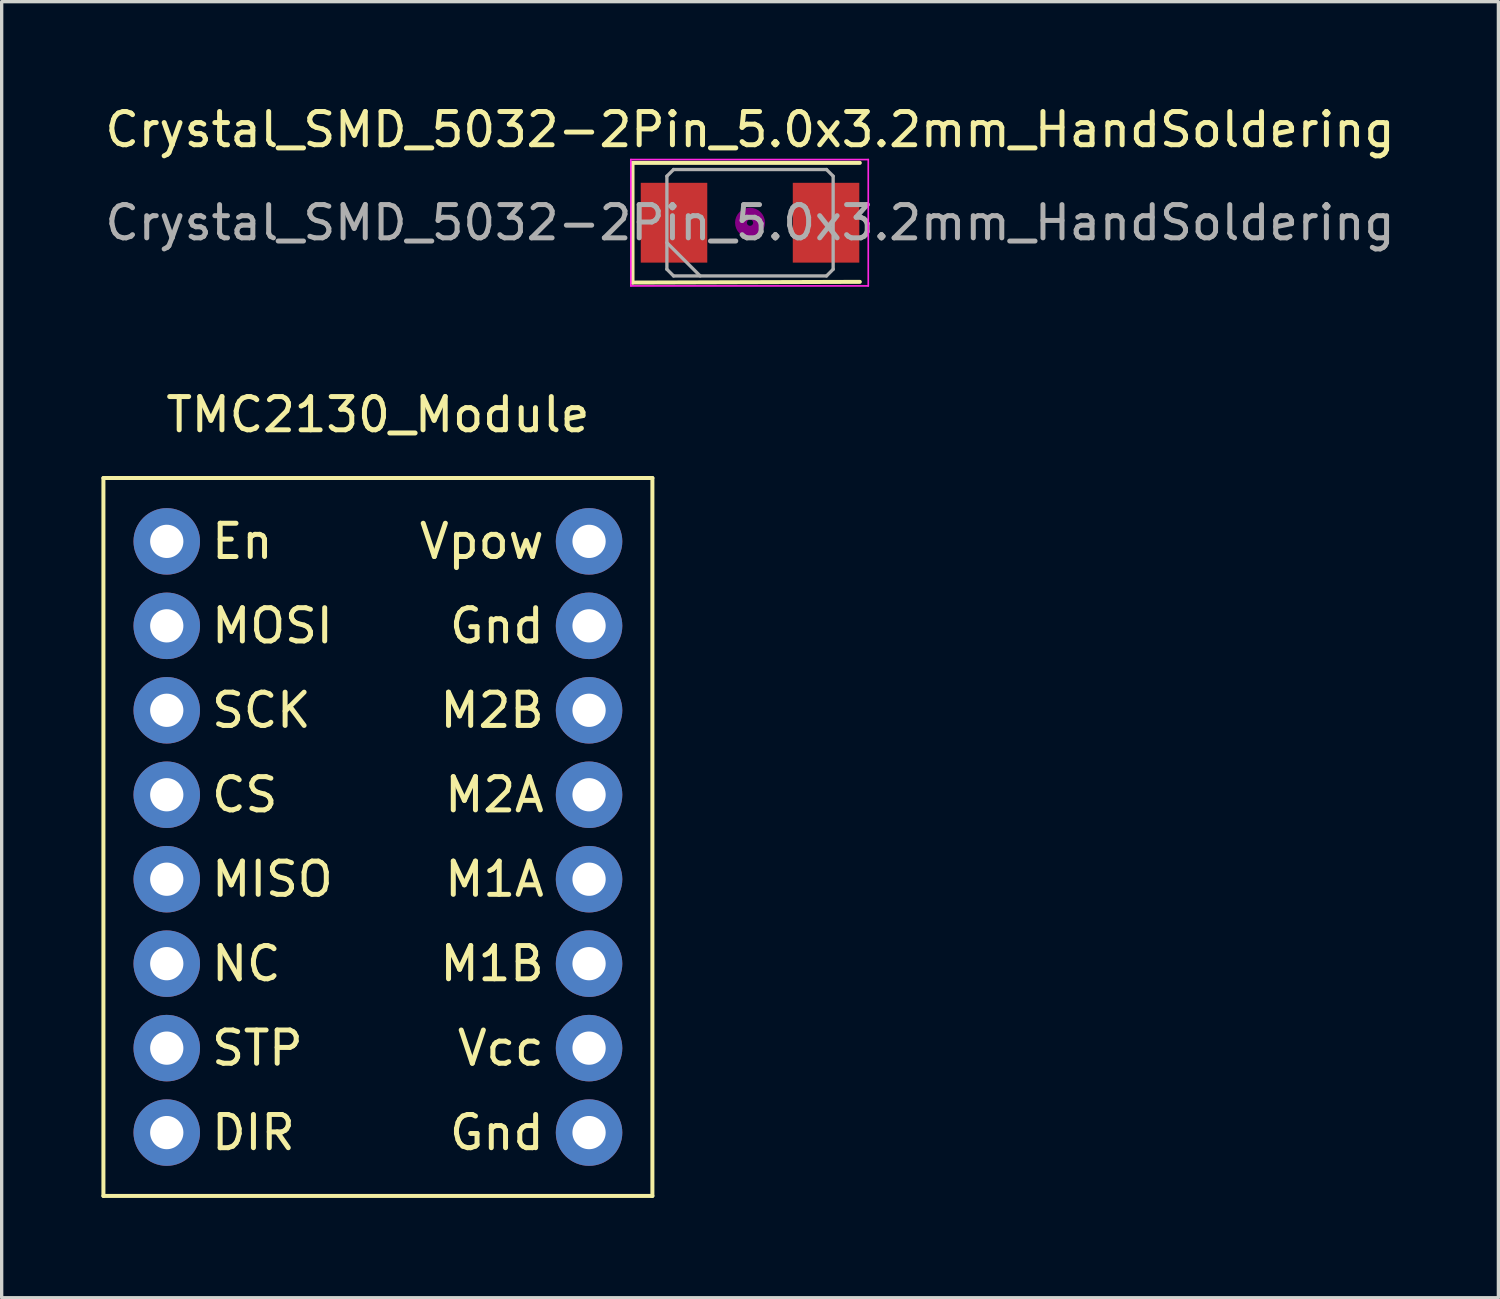
<source format=kicad_pcb>
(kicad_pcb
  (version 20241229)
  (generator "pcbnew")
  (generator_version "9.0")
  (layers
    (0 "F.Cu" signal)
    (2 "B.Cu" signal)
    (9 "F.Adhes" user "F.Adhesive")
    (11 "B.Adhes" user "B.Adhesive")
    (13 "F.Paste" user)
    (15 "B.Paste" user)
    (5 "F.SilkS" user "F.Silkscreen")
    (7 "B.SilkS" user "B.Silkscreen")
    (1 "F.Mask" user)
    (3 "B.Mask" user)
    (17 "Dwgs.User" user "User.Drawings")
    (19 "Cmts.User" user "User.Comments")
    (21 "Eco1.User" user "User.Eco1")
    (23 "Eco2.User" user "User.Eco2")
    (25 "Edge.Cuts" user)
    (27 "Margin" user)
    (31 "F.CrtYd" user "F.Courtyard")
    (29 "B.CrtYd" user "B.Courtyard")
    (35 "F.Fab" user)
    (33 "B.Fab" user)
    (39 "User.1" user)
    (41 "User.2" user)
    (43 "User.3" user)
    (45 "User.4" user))
  (footprint "TMC2130_Module"
    (layer "F.Cu")
    (at 8.315 10.691)
    (property "Reference" "TMC2130_Module" (at 0 -1.27 0) (layer "F.SilkS") (effects (font (size 1 1) (thickness 0.15))))
    (attr through_hole)
    (fp_line (start -8.255 0.635) (end 8.255 0.635) (stroke (width 0.12) (type solid)) (layer "F.SilkS"))
    (fp_line (start -8.255 22.225) (end -8.255 0.635) (stroke (width 0.12) (type solid)) (layer "F.SilkS"))
    (fp_line (start 8.255 0.635) (end 8.255 22.225) (stroke (width 0.12) (type solid)) (layer "F.SilkS"))
    (fp_line (start 8.255 22.225) (end -8.255 22.225) (stroke (width 0.12) (type solid)) (layer "F.SilkS"))
    (fp_text user "CS" (at -5.08 10.16 0) (layer "F.SilkS") (effects (font (size 1 1) (thickness 0.15)) (justify left)))
    (fp_text user "Gnd" (at 5.08 5.08 0) (layer "F.SilkS") (effects (font (size 1 1) (thickness 0.15)) (justify right)))
    (fp_text user "M2B" (at 5.08 7.62 0) (layer "F.SilkS") (effects (font (size 1 1) (thickness 0.15)) (justify right)))
    (fp_text user "M1A" (at 5.08 12.7 0) (layer "F.SilkS") (effects (font (size 1 1) (thickness 0.15)) (justify right)))
    (fp_text user "En" (at -5.08 2.54 0) (layer "F.SilkS") (effects (font (size 1 1) (thickness 0.15)) (justify left)))
    (fp_text user "NC" (at -5.08 15.24 0) (layer "F.SilkS") (effects (font (size 1 1) (thickness 0.15)) (justify left)))
    (fp_text user "MOSI" (at -5.08 5.08 0) (layer "F.SilkS") (effects (font (size 1 1) (thickness 0.15)) (justify left)))
    (fp_text user "SCK" (at -5.08 7.62 0) (layer "F.SilkS") (effects (font (size 1 1) (thickness 0.15)) (justify left)))
    (fp_text user "MISO" (at -5.08 12.7 0) (layer "F.SilkS") (effects (font (size 1 1) (thickness 0.15)) (justify left)))
    (fp_text user "M2A" (at 5.08 10.16 0) (layer "F.SilkS") (effects (font (size 1 1) (thickness 0.15)) (justify right)))
    (fp_text user "Vcc" (at 5.08 17.78 0) (layer "F.SilkS") (effects (font (size 1 1) (thickness 0.15)) (justify right)))
    (fp_text user "Gnd" (at 5.08 20.32 0) (layer "F.SilkS") (effects (font (size 1 1) (thickness 0.15)) (justify right)))
    (fp_text user "DIR" (at -5.08 20.32 0) (layer "F.SilkS") (effects (font (size 1 1) (thickness 0.15)) (justify left)))
    (fp_text user "STP" (at -5.08 17.78 0) (layer "F.SilkS") (effects (font (size 1 1) (thickness 0.15)) (justify left)))
    (fp_text user "Vpow" (at 5.08 2.54 0) (layer "F.SilkS") (effects (font (size 1 1) (thickness 0.15)) (justify right)))
    (fp_text user "M1B" (at 5.08 15.24 0) (layer "F.SilkS") (effects (font (size 1 1) (thickness 0.15)) (justify right)))
    (pad "1" thru_hole circle (at -6.35 2.54) (size 2 2) (drill 1) (layers "*.Cu" "*.Mask"))
    (pad "2" thru_hole circle (at -6.35 5.08) (size 2 2) (drill 1) (layers "*.Cu" "*.Mask"))
    (pad "3" thru_hole circle (at -6.35 7.62) (size 2 2) (drill 1) (layers "*.Cu" "*.Mask"))
    (pad "4" thru_hole circle (at -6.35 10.16) (size 2 2) (drill 1) (layers "*.Cu" "*.Mask"))
    (pad "5" thru_hole circle (at -6.35 12.7) (size 2 2) (drill 1) (layers "*.Cu" "*.Mask"))
    (pad "6" thru_hole circle (at -6.35 15.24) (size 2 2) (drill 1) (layers "*.Cu" "*.Mask"))
    (pad "7" thru_hole circle (at -6.35 17.78) (size 2 2) (drill 1) (layers "*.Cu" "*.Mask"))
    (pad "8" thru_hole circle (at -6.35 20.32) (size 2 2) (drill 1) (layers "*.Cu" "*.Mask"))
    (pad "9" thru_hole circle (at 6.35 20.32) (size 2 2) (drill 1) (layers "*.Cu" "*.Mask"))
    (pad "10" thru_hole circle (at 6.35 17.78) (size 2 2) (drill 1) (layers "*.Cu" "*.Mask"))
    (pad "11" thru_hole circle (at 6.35 15.24) (size 2 2) (drill 1) (layers "*.Cu" "*.Mask"))
    (pad "12" thru_hole circle (at 6.35 12.7) (size 2 2) (drill 1) (layers "*.Cu" "*.Mask"))
    (pad "13" thru_hole circle (at 6.35 10.16) (size 2 2) (drill 1) (layers "*.Cu" "*.Mask"))
    (pad "14" thru_hole circle (at 6.35 7.62) (size 2 2) (drill 1) (layers "*.Cu" "*.Mask"))
    (pad "15" thru_hole circle (at 6.35 5.08) (size 2 2) (drill 1) (layers "*.Cu" "*.Mask"))
    (pad "16" thru_hole circle (at 6.35 2.54) (size 2 2) (drill 1) (layers "*.Cu" "*.Mask")))
  (footprint "Crystal_SMD_5032-2Pin_5.0x3.2mm_HandSoldering"
    (layer "F.Cu")
    (at 19.506 3.648)
    (property "Reference" "Crystal_SMD_5032-2Pin_5.0x3.2mm_HandSoldering" (at 0 -2.8 0) (layer "F.SilkS") (effects (font (size 1 1) (thickness 0.15))))
    (attr smd)
    (fp_line (start -3.534 -1.8) (end -3.534 1.8) (stroke (width 0.12) (type solid)) (layer "F.SilkS"))
    (fp_line (start -3.534 1.8) (end 3.302 1.778) (stroke (width 0.12) (type solid)) (layer "F.SilkS"))
    (fp_line (start 3.302 -1.8) (end -3.534 -1.8) (stroke (width 0.12) (type solid)) (layer "F.SilkS"))
    (fp_circle (center 0 0) (end 0.093 0) (stroke (width 0.187) (type solid)) (fill no) (layer "F.Adhes"))
    (fp_circle (center 0 0) (end 0.213 0) (stroke (width 0.133) (type solid)) (fill no) (layer "F.Adhes"))
    (fp_circle (center 0 0) (end 0.333 0) (stroke (width 0.133) (type solid)) (fill no) (layer "F.Adhes"))
    (fp_circle (center 0 0) (end 0.4 0) (stroke (width 0.1) (type solid)) (fill no) (layer "F.Adhes"))
    (fp_line (start -3.584 -1.9) (end -3.584 1.9) (stroke (width 0.05) (type solid)) (layer "F.CrtYd"))
    (fp_line (start -3.584 1.9) (end 3.556 1.9) (stroke (width 0.05) (type solid)) (layer "F.CrtYd"))
    (fp_line (start 3.556 -1.9) (end -3.584 -1.9) (stroke (width 0.05) (type solid)) (layer "F.CrtYd"))
    (fp_line (start 3.556 1.9) (end 3.556 -1.9) (stroke (width 0.05) (type solid)) (layer "F.CrtYd"))
    (fp_line (start -2.5 -1.4) (end -2.3 -1.6) (stroke (width 0.1) (type solid)) (layer "F.Fab"))
    (fp_line (start -2.5 0.6) (end -1.5 1.6) (stroke (width 0.1) (type solid)) (layer "F.Fab"))
    (fp_line (start -2.5 1.4) (end -2.5 -1.4) (stroke (width 0.1) (type solid)) (layer "F.Fab"))
    (fp_line (start -2.3 -1.6) (end 2.3 -1.6) (stroke (width 0.1) (type solid)) (layer "F.Fab"))
    (fp_line (start -2.3 1.6) (end -2.5 1.4) (stroke (width 0.1) (type solid)) (layer "F.Fab"))
    (fp_line (start 2.3 -1.6) (end 2.5 -1.4) (stroke (width 0.1) (type solid)) (layer "F.Fab"))
    (fp_line (start 2.3 1.6) (end -2.3 1.6) (stroke (width 0.1) (type solid)) (layer "F.Fab"))
    (fp_line (start 2.5 -1.4) (end 2.5 1.4) (stroke (width 0.1) (type solid)) (layer "F.Fab"))
    (fp_line (start 2.5 1.4) (end 2.3 1.6) (stroke (width 0.1) (type solid)) (layer "F.Fab"))
    (fp_text user "${REFERENCE}" (at 0 0 0) (layer "F.Fab") (effects (font (size 1 1) (thickness 0.15))))
    (pad "1" smd rect (at -2.286 0) (size 2 2.4) (layers "F.Cu" "F.Mask" "F.Paste"))
    (pad "2" smd rect (at 2.286 0) (size 2 2.4) (layers "F.Cu" "F.Mask" "F.Paste")))
  (gr_rect
    (start -3 -3)
    (end 42.012 35.977)
    (stroke (width 0.1) (type default))
    (fill no)
    (layer "Edge.Cuts")))
</source>
